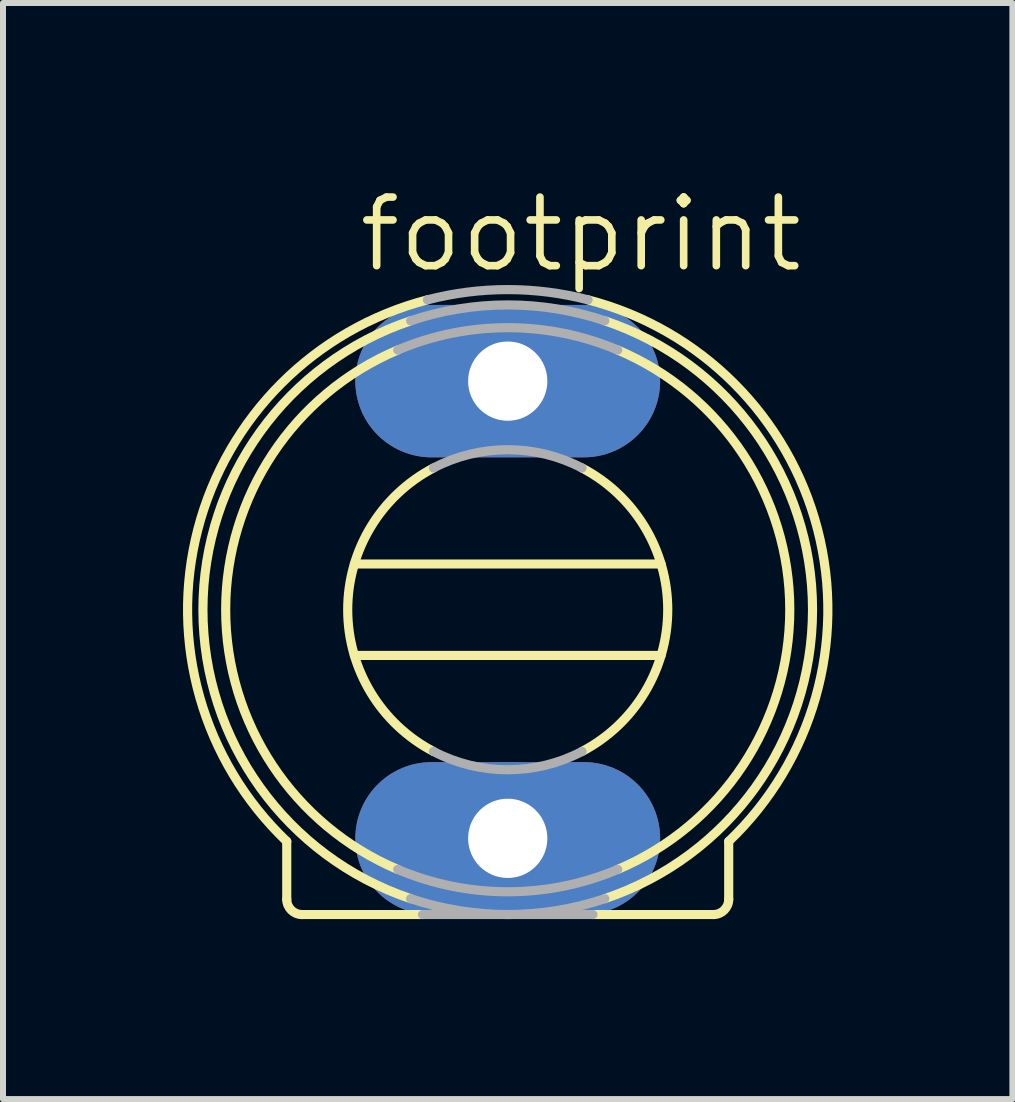
<source format=kicad_pcb>
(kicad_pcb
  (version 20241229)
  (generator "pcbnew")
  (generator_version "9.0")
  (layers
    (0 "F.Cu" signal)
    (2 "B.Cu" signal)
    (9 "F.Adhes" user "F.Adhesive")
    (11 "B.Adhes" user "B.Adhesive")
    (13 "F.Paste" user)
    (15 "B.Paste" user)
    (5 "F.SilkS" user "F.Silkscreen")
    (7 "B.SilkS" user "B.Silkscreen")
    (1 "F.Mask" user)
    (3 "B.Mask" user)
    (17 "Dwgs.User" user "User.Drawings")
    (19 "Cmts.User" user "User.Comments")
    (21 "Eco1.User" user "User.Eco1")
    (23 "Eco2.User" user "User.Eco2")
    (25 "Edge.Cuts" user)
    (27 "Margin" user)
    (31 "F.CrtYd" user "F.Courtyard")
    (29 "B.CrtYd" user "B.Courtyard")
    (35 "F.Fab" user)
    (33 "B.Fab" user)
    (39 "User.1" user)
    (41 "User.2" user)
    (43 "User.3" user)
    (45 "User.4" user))
  (footprint "footprint"
    (layer "F.Cu")
    (at 5.412 7.112)
    (property "Reference" "footprint" (at -2.54 -5.588 0) (layer "F.SilkS") (effects (font (size 1.143 1.143) (thickness 0.127)) (justify left bottom)))
    (fp_line (start -3.683 4.826) (end -3.683 3.861) (stroke (width 0.152) (type solid)) (layer "F.SilkS"))
    (fp_line (start -3.429 5.08) (end -1.42 5.08) (stroke (width 0.152) (type solid)) (layer "F.SilkS"))
    (fp_line (start -2.556 -0.762) (end 2.556 -0.762) (stroke (width 0.152) (type solid)) (layer "F.SilkS"))
    (fp_line (start -2.556 0.762) (end 2.556 0.762) (stroke (width 0.152) (type solid)) (layer "F.SilkS"))
    (fp_line (start 1.42 5.08) (end 3.429 5.08) (stroke (width 0.152) (type solid)) (layer "F.SilkS"))
    (fp_line (start 3.683 4.826) (end 3.683 3.861) (stroke (width 0.152) (type solid)) (layer "F.SilkS"))
    (fp_arc (start -3.683 3.861) (mid -5.16427 -1.340531) (end -1.3394 -5.164201) (stroke (width 0.1524) (type solid)) (layer "F.SilkS"))
    (fp_arc (start -3.429 5.08) (mid -3.608605 5.005605) (end -3.683 4.826) (stroke (width 0.1524) (type solid)) (layer "F.SilkS"))
    (fp_arc (start -1.8331 4.3286) (mid -4.700748 0) (end -1.8331 -4.3286) (stroke (width 0.1524) (type solid)) (layer "F.SilkS"))
    (fp_arc (start -1.6181 4.8154) (mid -5.079993 0) (end -1.6181 -4.8154) (stroke (width 0.1524) (type solid)) (layer "F.SilkS"))
    (fp_arc (start -1.2381 2.3622) (mid -2.666998 0) (end -1.2381 -2.3622) (stroke (width 0.1524) (type solid)) (layer "F.SilkS"))
    (fp_arc (start 1.2381 -2.3622) (mid 2.666998 0) (end 1.2381 2.3622) (stroke (width 0.1524) (type solid)) (layer "F.SilkS"))
    (fp_arc (start 1.3394 -5.1642) (mid 5.164269 -1.340531) (end 3.682999 3.860999) (stroke (width 0.1524) (type solid)) (layer "F.SilkS"))
    (fp_arc (start 1.6181 -4.8154) (mid 5.079993 0) (end 1.6181 4.8154) (stroke (width 0.1524) (type solid)) (layer "F.SilkS"))
    (fp_arc (start 1.8331 -4.3286) (mid 4.700748 0) (end 1.8331 4.3286) (stroke (width 0.1524) (type solid)) (layer "F.SilkS"))
    (fp_arc (start 3.683 4.826) (mid 3.608605 5.005605) (end 3.429 5.08) (stroke (width 0.1524) (type solid)) (layer "F.SilkS"))
    (fp_line (start -1.42 5.08) (end 1.42 5.08) (stroke (width 0.152) (type solid)) (layer "F.Fab"))
    (fp_arc (start -1.8331 -4.3286) (mid 0 -4.700748) (end 1.8331 -4.3286) (stroke (width 0.1524) (type solid)) (layer "F.Fab"))
    (fp_arc (start -1.6181 -4.8154) (mid 0 -5.079993) (end 1.6181 -4.8154) (stroke (width 0.1524) (type solid)) (layer "F.Fab"))
    (fp_arc (start -1.3394 -5.1647) (mid 0 -5.335552) (end 1.3394 -5.1647) (stroke (width 0.1524) (type solid)) (layer "F.Fab"))
    (fp_arc (start -1.2381 -2.3622) (mid 0 -2.666998) (end 1.2381 -2.3622) (stroke (width 0.1524) (type solid)) (layer "F.Fab"))
    (fp_arc (start 1.2381 2.3622) (mid 0 2.666998) (end -1.2381 2.3622) (stroke (width 0.1524) (type solid)) (layer "F.Fab"))
    (fp_arc (start 1.6181 4.8154) (mid 0 5.079993) (end -1.6181 4.8154) (stroke (width 0.1524) (type solid)) (layer "F.Fab"))
    (fp_arc (start 1.8331 4.3286) (mid 0 4.700748) (end -1.8331 4.3286) (stroke (width 0.1524) (type solid)) (layer "F.Fab"))
    (pad "1" thru_hole oval (at 0 -3.81) (size 5.08 2.54) (drill 1.321) (layers "*.Cu" "*.Mask"))
    (pad "2" thru_hole oval (at 0 3.81) (size 5.08 2.54) (drill 1.321) (layers "*.Cu" "*.Mask")))
  (gr_rect
    (start -3 -3)
    (end 13.823 15.268)
    (stroke (width 0.1) (type default))
    (fill no)
    (layer "Edge.Cuts")))
</source>
